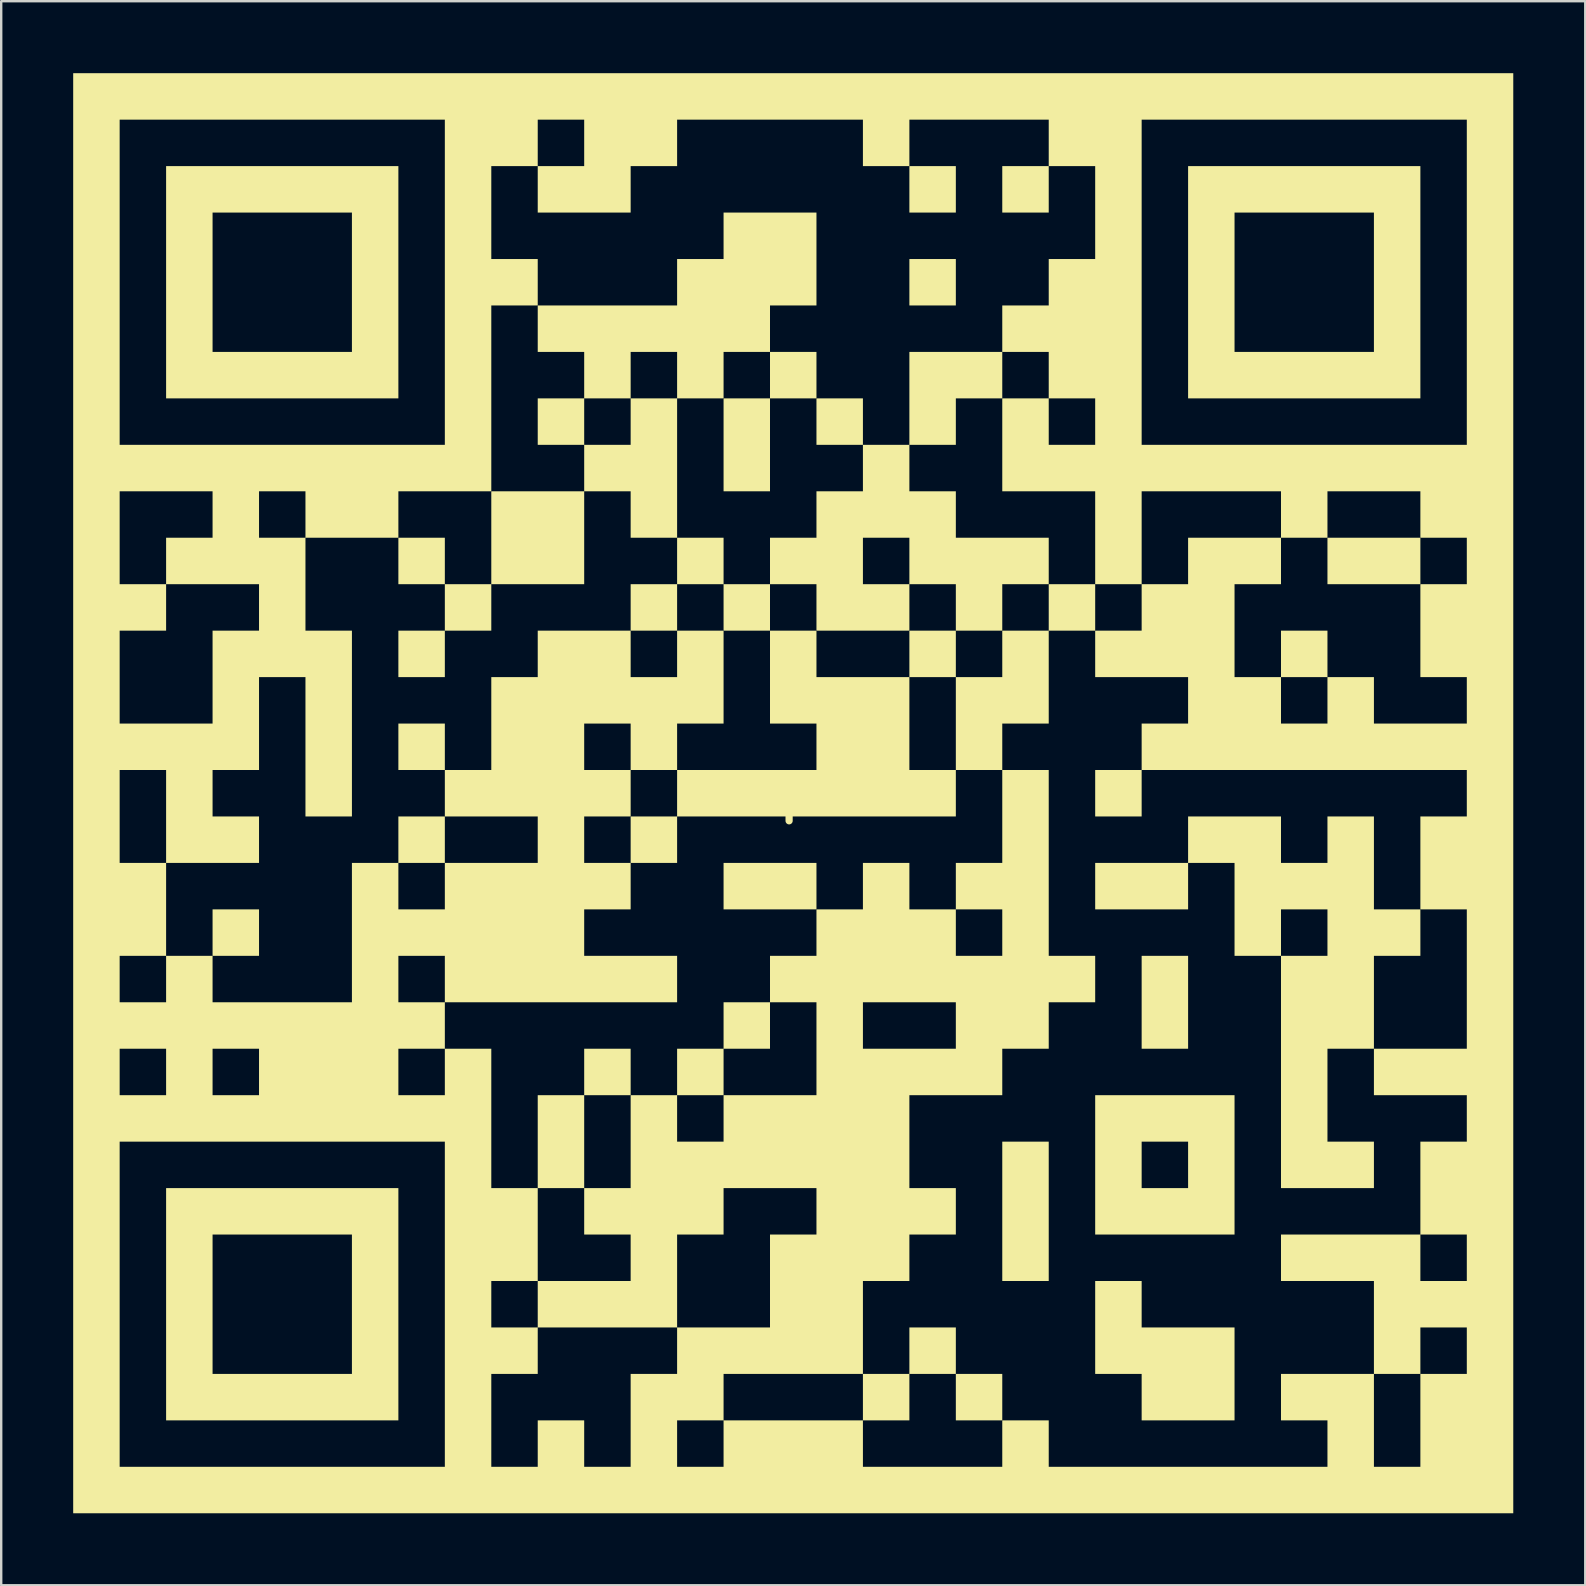
<source format=kicad_pcb>
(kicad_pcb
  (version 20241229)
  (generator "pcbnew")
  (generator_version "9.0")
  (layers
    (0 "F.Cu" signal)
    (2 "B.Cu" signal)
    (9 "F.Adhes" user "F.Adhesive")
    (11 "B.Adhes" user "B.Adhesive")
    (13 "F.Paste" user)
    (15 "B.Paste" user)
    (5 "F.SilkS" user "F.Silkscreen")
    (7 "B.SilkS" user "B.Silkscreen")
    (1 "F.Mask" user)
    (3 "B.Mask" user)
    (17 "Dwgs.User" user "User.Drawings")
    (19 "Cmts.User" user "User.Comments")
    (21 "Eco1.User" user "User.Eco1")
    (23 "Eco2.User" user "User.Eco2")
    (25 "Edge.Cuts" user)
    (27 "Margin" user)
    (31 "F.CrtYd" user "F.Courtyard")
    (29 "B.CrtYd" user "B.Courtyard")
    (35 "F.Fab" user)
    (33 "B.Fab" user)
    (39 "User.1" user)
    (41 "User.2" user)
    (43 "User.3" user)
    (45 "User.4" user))
  (footprint "qr"
    (layer "F.Cu")
    (at 29.976 29.976)
    (property "Reference" "qr" (at 0 0 0) (layer "F.SilkS") (effects (font (size 1.5 1.5) (thickness 0.3))))
    (attr board_only exclude_from_pos_files exclude_from_bom)
    (fp_poly (pts (xy -22.232 5.837) (xy -22.232 6.805) (xy -23.2 6.805) (xy -24.168 6.805) (xy -24.168 5.837) (xy -24.168 4.869) (xy -23.2 4.869) (xy -22.232 4.869)) (stroke (width 0) (type solid)) (fill yes) (layer "F.SilkS"))
    (fp_poly (pts (xy -14.489 -1.906) (xy -14.489 -0.939) (xy -15.457 -0.939) (xy -16.425 -0.939) (xy -16.425 -1.906) (xy -16.425 -2.874) (xy -15.457 -2.874) (xy -14.489 -2.874)) (stroke (width 0) (type solid)) (fill yes) (layer "F.SilkS"))
    (fp_poly (pts (xy -14.489 1.965) (xy -14.489 2.933) (xy -15.457 2.933) (xy -16.425 2.933) (xy -16.425 1.965) (xy -16.425 0.997) (xy -15.457 0.997) (xy -14.489 0.997)) (stroke (width 0) (type solid)) (fill yes) (layer "F.SilkS"))
    (fp_poly (pts (xy -0.939 -14.489) (xy -0.939 -12.553) (xy -1.906 -12.553) (xy -2.874 -12.553) (xy -2.874 -14.489) (xy -2.874 -16.425) (xy -1.906 -16.425) (xy -0.939 -16.425)) (stroke (width 0) (type solid)) (fill yes) (layer "F.SilkS"))
    (fp_poly (pts (xy 0.997 -17.393) (xy 0.997 -16.425) (xy 0.029 -16.425) (xy -0.939 -16.425) (xy -0.939 -17.393) (xy -0.939 -18.361) (xy 0.029 -18.361) (xy 0.997 -18.361)) (stroke (width 0) (type solid)) (fill yes) (layer "F.SilkS"))
    (fp_poly (pts (xy 0.997 3.901) (xy 0.997 4.869) (xy -0.939 4.869) (xy -2.874 4.869) (xy -2.874 3.901) (xy -2.874 2.933) (xy -0.939 2.933) (xy 0.997 2.933)) (stroke (width 0) (type solid)) (fill yes) (layer "F.SilkS"))
    (fp_poly (pts (xy 6.805 -25.136) (xy 6.805 -24.168) (xy 5.837 -24.168) (xy 4.869 -24.168) (xy 4.869 -25.136) (xy 4.869 -26.104) (xy 5.837 -26.104) (xy 6.805 -26.104)) (stroke (width 0) (type solid)) (fill yes) (layer "F.SilkS"))
    (fp_poly (pts (xy 6.805 -21.264) (xy 6.805 -20.297) (xy 5.837 -20.297) (xy 4.869 -20.297) (xy 4.869 -21.264) (xy 4.869 -22.232) (xy 5.837 -22.232) (xy 6.805 -22.232)) (stroke (width 0) (type solid)) (fill yes) (layer "F.SilkS"))
    (fp_poly (pts (xy 6.805 -5.778) (xy 6.805 -4.81) (xy 5.837 -4.81) (xy 4.869 -4.81) (xy 4.869 -5.778) (xy 4.869 -6.746) (xy 5.837 -6.746) (xy 6.805 -6.746)) (stroke (width 0) (type solid)) (fill yes) (layer "F.SilkS"))
    (fp_poly (pts (xy 8.74 25.195) (xy 8.74 26.163) (xy 7.773 26.163) (xy 6.805 26.163) (xy 6.805 25.195) (xy 6.805 24.227) (xy 7.773 24.227) (xy 8.74 24.227)) (stroke (width 0) (type solid)) (fill yes) (layer "F.SilkS"))
    (fp_poly (pts (xy 10.676 -25.136) (xy 10.676 -24.168) (xy 9.708 -24.168) (xy 8.74 -24.168) (xy 8.74 -25.136) (xy 8.74 -26.104) (xy 9.708 -26.104) (xy 10.676 -26.104)) (stroke (width 0) (type solid)) (fill yes) (layer "F.SilkS"))
    (fp_poly (pts (xy 10.676 17.452) (xy 10.676 20.355) (xy 9.708 20.355) (xy 8.74 20.355) (xy 8.74 17.452) (xy 8.74 14.548) (xy 9.708 14.548) (xy 10.676 14.548)) (stroke (width 0) (type solid)) (fill yes) (layer "F.SilkS"))
    (fp_poly (pts (xy 14.548 0.029) (xy 14.548 0.997) (xy 13.58 0.997) (xy 12.612 0.997) (xy 12.612 0.029) (xy 12.612 -0.939) (xy 13.58 -0.939) (xy 14.548 -0.939)) (stroke (width 0) (type solid)) (fill yes) (layer "F.SilkS"))
    (fp_poly (pts (xy 16.484 8.74) (xy 16.484 10.676) (xy 15.516 10.676) (xy 14.548 10.676) (xy 14.548 8.74) (xy 14.548 6.805) (xy 15.516 6.805) (xy 16.484 6.805)) (stroke (width 0) (type solid)) (fill yes) (layer "F.SilkS"))
    (fp_poly (pts (xy 22.291 -5.778) (xy 22.291 -4.81) (xy 21.323 -4.81) (xy 20.355 -4.81) (xy 20.355 -5.778) (xy 20.355 -6.746) (xy 21.323 -6.746) (xy 22.291 -6.746)) (stroke (width 0) (type solid)) (fill yes) (layer "F.SilkS"))
    (fp_poly (pts (xy 26.163 -9.65) (xy 26.163 -8.682) (xy 24.227 -8.682) (xy 22.291 -8.682) (xy 22.291 -9.65) (xy 22.291 -10.618) (xy 24.227 -10.618) (xy 26.163 -10.618)) (stroke (width 0) (type solid)) (fill yes) (layer "F.SilkS"))
    (fp_poly (pts (xy -6.746 11.644) (xy -6.746 12.612) (xy -7.714 12.612) (xy -8.682 12.612) (xy -8.682 14.548) (xy -8.682 16.484) (xy -9.65 16.484) (xy -10.618 16.484) (xy -10.618 14.548) (xy -10.618 12.612) (xy -9.65 12.612) (xy -8.682 12.612) (xy -8.682 11.644) (xy -8.682 10.676) (xy -7.714 10.676) (xy -6.746 10.676)) (stroke (width 0) (type solid)) (fill yes) (layer "F.SilkS"))
    (fp_poly (pts (xy -0.939 9.708) (xy -0.939 10.676) (xy -1.906 10.676) (xy -2.874 10.676) (xy -2.874 11.644) (xy -2.874 12.612) (xy -3.842 12.612) (xy -4.81 12.612) (xy -4.81 11.644) (xy -4.81 10.676) (xy -3.842 10.676) (xy -2.874 10.676) (xy -2.874 9.708) (xy -2.874 8.74) (xy -1.906 8.74) (xy -0.939 8.74)) (stroke (width 0) (type solid)) (fill yes) (layer "F.SilkS"))
    (fp_poly (pts (xy 6.805 23.259) (xy 6.805 24.227) (xy 5.837 24.227) (xy 4.869 24.227) (xy 4.869 25.195) (xy 4.869 26.163) (xy 3.901 26.163) (xy 2.933 26.163) (xy 2.933 25.195) (xy 2.933 24.227) (xy 3.901 24.227) (xy 4.869 24.227) (xy 4.869 23.259) (xy 4.869 22.291) (xy 5.837 22.291) (xy 6.805 22.291)) (stroke (width 0) (type solid)) (fill yes) (layer "F.SilkS"))
    (fp_poly (pts (xy 14.548 21.323) (xy 14.548 22.291) (xy 16.484 22.291) (xy 18.419 22.291) (xy 18.419 24.227) (xy 18.419 26.163) (xy 16.484 26.163) (xy 14.548 26.163) (xy 14.548 25.195) (xy 14.548 24.227) (xy 13.58 24.227) (xy 12.612 24.227) (xy 12.612 22.291) (xy 12.612 20.355) (xy 13.58 20.355) (xy 14.548 20.355)) (stroke (width 0) (type solid)) (fill yes) (layer "F.SilkS"))
    (fp_poly (pts (xy -16.425 -21.264) (xy -16.425 -16.425) (xy -21.264 -16.425) (xy -26.104 -16.425) (xy -26.104 -21.264) (xy -26.104 -24.168) (xy -24.168 -24.168) (xy -24.168 -21.264) (xy -24.168 -18.361) (xy -21.264 -18.361) (xy -18.361 -18.361) (xy -18.361 -21.264) (xy -18.361 -24.168) (xy -21.264 -24.168) (xy -24.168 -24.168) (xy -26.104 -24.168) (xy -26.104 -26.104) (xy -21.264 -26.104) (xy -16.425 -26.104)) (stroke (width 0) (type solid)) (fill yes) (layer "F.SilkS"))
    (fp_poly (pts (xy -16.425 21.323) (xy -16.425 26.163) (xy -21.264 26.163) (xy -26.104 26.163) (xy -26.104 21.323) (xy -26.104 18.419) (xy -24.168 18.419) (xy -24.168 21.323) (xy -24.168 24.227) (xy -21.264 24.227) (xy -18.361 24.227) (xy -18.361 21.323) (xy -18.361 18.419) (xy -21.264 18.419) (xy -24.168 18.419) (xy -26.104 18.419) (xy -26.104 16.484) (xy -21.264 16.484) (xy -16.425 16.484)) (stroke (width 0) (type solid)) (fill yes) (layer "F.SilkS"))
    (fp_poly (pts (xy 18.419 15.516) (xy 18.419 18.419) (xy 15.516 18.419) (xy 12.612 18.419) (xy 12.612 15.516) (xy 12.612 14.548) (xy 14.548 14.548) (xy 14.548 15.516) (xy 14.548 16.484) (xy 15.516 16.484) (xy 16.484 16.484) (xy 16.484 15.516) (xy 16.484 14.548) (xy 15.516 14.548) (xy 14.548 14.548) (xy 12.612 14.548) (xy 12.612 12.612) (xy 15.516 12.612) (xy 18.419 12.612)) (stroke (width 0) (type solid)) (fill yes) (layer "F.SilkS"))
    (fp_poly (pts (xy 26.163 -21.264) (xy 26.163 -16.425) (xy 21.323 -16.425) (xy 16.484 -16.425) (xy 16.484 -21.264) (xy 16.484 -24.168) (xy 18.419 -24.168) (xy 18.419 -21.264) (xy 18.419 -18.361) (xy 21.323 -18.361) (xy 24.227 -18.361) (xy 24.227 -21.264) (xy 24.227 -24.168) (xy 21.323 -24.168) (xy 18.419 -24.168) (xy 16.484 -24.168) (xy 16.484 -26.104) (xy 21.323 -26.104) (xy 26.163 -26.104)) (stroke (width 0) (type solid)) (fill yes) (layer "F.SilkS"))
    (fp_poly (pts (xy 12.612 -7.714) (xy 12.612 -6.746) (xy 11.644 -6.746) (xy 10.676 -6.746) (xy 10.676 -4.81) (xy 10.676 -2.874) (xy 9.708 -2.874) (xy 8.74 -2.874) (xy 8.74 -1.906) (xy 8.74 -0.939) (xy 7.773 -0.939) (xy 6.805 -0.939) (xy 6.805 0.029) (xy 6.805 0.997) (xy 0.997 0.997) (xy -4.81 0.997) (xy -4.81 1.965) (xy -4.81 2.933) (xy -5.778 2.933) (xy -6.746 2.933) (xy -6.746 1.965) (xy -6.746 0.997) (xy -5.778 0.997) (xy -4.81 0.997) (xy -4.81 0.029) (xy -4.81 -0.939) (xy -1.906 -0.939) (xy 0.997 -0.939) (xy 0.997 -1.906) (xy 0.997 -2.874) (xy 0.029 -2.874) (xy -0.939 -2.874) (xy -0.939 -4.81) (xy -0.939 -6.746) (xy 0.029 -6.746) (xy 0.997 -6.746) (xy 0.997 -5.778) (xy 0.997 -4.81) (xy 2.933 -4.81) (xy 4.869 -4.81) (xy 4.869 -2.874) (xy 4.869 -0.939) (xy 5.837 -0.939) (xy 6.805 -0.939) (xy 6.805 -2.874) (xy 6.805 -4.81) (xy 7.773 -4.81) (xy 8.74 -4.81) (xy 8.74 -5.778) (xy 8.74 -6.746) (xy 9.708 -6.746) (xy 10.676 -6.746) (xy 10.676 -7.714) (xy 10.676 -8.682) (xy 11.644 -8.682) (xy 12.612 -8.682)) (stroke (width 0) (type solid)) (fill yes) (layer "F.SilkS"))
    (fp_poly (pts (xy 20.355 1.965) (xy 20.355 2.933) (xy 21.323 2.933) (xy 22.291 2.933) (xy 22.291 1.965) (xy 22.291 0.997) (xy 23.259 0.997) (xy 24.227 0.997) (xy 24.227 2.933) (xy 24.227 4.869) (xy 25.195 4.869) (xy 26.163 4.869) (xy 26.163 5.837) (xy 26.163 6.805) (xy 25.195 6.805) (xy 24.227 6.805) (xy 24.227 8.74) (xy 24.227 10.676) (xy 23.259 10.676) (xy 22.291 10.676) (xy 22.291 12.612) (xy 22.291 14.548) (xy 23.259 14.548) (xy 24.227 14.548) (xy 24.227 15.516) (xy 24.227 16.484) (xy 22.291 16.484) (xy 20.355 16.484) (xy 20.355 11.644) (xy 20.355 6.805) (xy 19.387 6.805) (xy 18.419 6.805) (xy 18.419 4.869) (xy 20.355 4.869) (xy 20.355 5.837) (xy 20.355 6.805) (xy 21.323 6.805) (xy 22.291 6.805) (xy 22.291 5.837) (xy 22.291 4.869) (xy 21.323 4.869) (xy 20.355 4.869) (xy 18.419 4.869) (xy 18.419 2.933) (xy 17.452 2.933) (xy 16.484 2.933) (xy 16.484 3.901) (xy 16.484 4.869) (xy 14.548 4.869) (xy 12.612 4.869) (xy 12.612 3.901) (xy 12.612 2.933) (xy 14.548 2.933) (xy 16.484 2.933) (xy 16.484 1.965) (xy 16.484 0.997) (xy 18.419 0.997) (xy 20.355 0.997)) (stroke (width 0) (type solid)) (fill yes) (layer "F.SilkS"))
    (fp_poly (pts (xy 0.997 -22.232) (xy 0.997 -20.297) (xy 0.029 -20.297) (xy -0.939 -20.297) (xy -0.939 -19.329) (xy -0.939 -18.361) (xy -1.906 -18.361) (xy -2.874 -18.361) (xy -2.874 -17.393) (xy -2.874 -16.425) (xy -3.842 -16.425) (xy -4.81 -16.425) (xy -4.81 -17.393) (xy -4.81 -18.361) (xy -5.778 -18.361) (xy -6.746 -18.361) (xy -6.746 -17.393) (xy -6.746 -16.425) (xy -7.714 -16.425) (xy -8.682 -16.425) (xy -8.682 -15.457) (xy -8.682 -14.489) (xy -7.714 -14.489) (xy -6.746 -14.489) (xy -6.746 -15.457) (xy -6.746 -16.425) (xy -5.778 -16.425) (xy -4.81 -16.425) (xy -4.81 -13.521) (xy -4.81 -10.618) (xy -5.778 -10.618) (xy -6.746 -10.618) (xy -6.746 -11.585) (xy -6.746 -12.553) (xy -7.714 -12.553) (xy -8.682 -12.553) (xy -8.682 -10.618) (xy -8.682 -8.682) (xy -10.618 -8.682) (xy -12.553 -8.682) (xy -12.553 -7.714) (xy -12.553 -6.746) (xy -13.521 -6.746) (xy -14.489 -6.746) (xy -14.489 -5.778) (xy -14.489 -4.81) (xy -15.457 -4.81) (xy -16.425 -4.81) (xy -16.425 -5.778) (xy -16.425 -6.746) (xy -15.457 -6.746) (xy -14.489 -6.746) (xy -14.489 -7.714) (xy -14.489 -8.682) (xy -15.457 -8.682) (xy -16.425 -8.682) (xy -16.425 -9.65) (xy -16.425 -10.618) (xy -15.457 -10.618) (xy -14.489 -10.618) (xy -14.489 -9.65) (xy -14.489 -8.682) (xy -13.521 -8.682) (xy -12.553 -8.682) (xy -12.553 -10.618) (xy -12.553 -12.553) (xy -10.618 -12.553) (xy -8.682 -12.553) (xy -8.682 -13.521) (xy -8.682 -14.489) (xy -9.65 -14.489) (xy -10.618 -14.489) (xy -10.618 -15.457) (xy -10.618 -16.425) (xy -9.65 -16.425) (xy -8.682 -16.425) (xy -8.682 -17.393) (xy -8.682 -18.361) (xy -9.65 -18.361) (xy -10.618 -18.361) (xy -10.618 -19.329) (xy -10.618 -20.297) (xy -7.714 -20.297) (xy -4.81 -20.297) (xy -4.81 -21.264) (xy -4.81 -22.232) (xy -3.842 -22.232) (xy -2.874 -22.232) (xy -2.874 -23.2) (xy -2.874 -24.168) (xy -0.939 -24.168) (xy 0.997 -24.168)) (stroke (width 0) (type solid)) (fill yes) (layer "F.SilkS"))
    (fp_poly (pts (xy 8.74 -17.393) (xy 8.74 -16.425) (xy 7.773 -16.425) (xy 6.805 -16.425) (xy 6.805 -15.457) (xy 6.805 -14.489) (xy 5.837 -14.489) (xy 4.869 -14.489) (xy 4.869 -13.521) (xy 4.869 -12.553) (xy 5.837 -12.553) (xy 6.805 -12.553) (xy 6.805 -11.585) (xy 6.805 -10.618) (xy 8.74 -10.618) (xy 10.676 -10.618) (xy 10.676 -9.65) (xy 10.676 -8.682) (xy 9.708 -8.682) (xy 8.74 -8.682) (xy 8.74 -7.714) (xy 8.74 -6.746) (xy 7.773 -6.746) (xy 6.805 -6.746) (xy 6.805 -7.714) (xy 6.805 -8.682) (xy 5.837 -8.682) (xy 4.869 -8.682) (xy 4.869 -7.714) (xy 4.869 -6.746) (xy 2.933 -6.746) (xy 0.997 -6.746) (xy 0.997 -7.714) (xy 0.997 -8.682) (xy 0.029 -8.682) (xy -0.939 -8.682) (xy -0.939 -7.714) (xy -0.939 -6.746) (xy -1.906 -6.746) (xy -2.874 -6.746) (xy -2.874 -7.714) (xy -2.874 -8.682) (xy -3.842 -8.682) (xy -4.81 -8.682) (xy -4.81 -7.714) (xy -4.81 -6.746) (xy -5.778 -6.746) (xy -6.746 -6.746) (xy -6.746 -7.714) (xy -6.746 -8.682) (xy -5.778 -8.682) (xy -4.81 -8.682) (xy -4.81 -9.65) (xy -4.81 -10.618) (xy -3.842 -10.618) (xy -2.874 -10.618) (xy -2.874 -9.65) (xy -2.874 -8.682) (xy -1.906 -8.682) (xy -0.939 -8.682) (xy -0.939 -9.65) (xy -0.939 -10.618) (xy 0.029 -10.618) (xy 0.997 -10.618) (xy 2.933 -10.618) (xy 2.933 -9.65) (xy 2.933 -8.682) (xy 3.901 -8.682) (xy 4.869 -8.682) (xy 4.869 -9.65) (xy 4.869 -10.618) (xy 3.901 -10.618) (xy 2.933 -10.618) (xy 0.997 -10.618) (xy 0.997 -11.585) (xy 0.997 -12.553) (xy 1.965 -12.553) (xy 2.933 -12.553) (xy 2.933 -13.521) (xy 2.933 -14.489) (xy 1.965 -14.489) (xy 0.997 -14.489) (xy 0.997 -15.457) (xy 0.997 -16.425) (xy 1.965 -16.425) (xy 2.933 -16.425) (xy 2.933 -15.457) (xy 2.933 -14.489) (xy 3.901 -14.489) (xy 4.869 -14.489) (xy 4.869 -16.425) (xy 4.869 -18.361) (xy 6.805 -18.361) (xy 8.74 -18.361)) (stroke (width 0) (type solid)) (fill yes) (layer "F.SilkS"))
    (fp_poly (pts (xy 30.034 0.029) (xy 30.034 30.034) (xy 0.029 30.034) (xy -29.976 30.034) (xy -29.976 14.548) (xy -28.04 14.548) (xy -28.04 21.323) (xy -28.04 28.098) (xy -21.264 28.098) (xy -14.489 28.098) (xy -14.489 21.323) (xy -14.489 14.548) (xy -21.264 14.548) (xy -28.04 14.548) (xy -29.976 14.548) (xy -29.976 10.676) (xy -28.04 10.676) (xy -28.04 11.644) (xy -28.04 12.612) (xy -27.072 12.612) (xy -26.104 12.612) (xy -26.104 11.644) (xy -26.104 10.676) (xy -24.168 10.676) (xy -24.168 11.644) (xy -24.168 12.612) (xy -23.2 12.612) (xy -22.232 12.612) (xy -22.232 11.644) (xy -22.232 10.676) (xy -23.2 10.676) (xy -24.168 10.676) (xy -26.104 10.676) (xy -27.072 10.676) (xy -28.04 10.676) (xy -29.976 10.676) (xy -29.976 8.74) (xy -28.04 8.74) (xy -27.072 8.74) (xy -26.104 8.74) (xy -26.104 7.773) (xy -26.104 6.805) (xy -25.136 6.805) (xy -24.168 6.805) (xy -24.168 7.773) (xy -24.168 8.74) (xy -21.264 8.74) (xy -18.361 8.74) (xy -18.361 5.837) (xy -18.361 2.933) (xy -17.393 2.933) (xy -16.425 2.933) (xy -16.425 3.901) (xy -16.425 4.869) (xy -15.457 4.869) (xy -14.489 4.869) (xy -14.489 3.901) (xy -14.489 2.933) (xy -12.553 2.933) (xy -10.618 2.933) (xy -10.618 1.965) (xy -10.618 0.997) (xy -12.553 0.997) (xy -14.489 0.997) (xy -14.489 0.029) (xy -14.489 -0.939) (xy -13.521 -0.939) (xy -12.553 -0.939) (xy -12.553 -2.874) (xy -12.553 -4.81) (xy -11.585 -4.81) (xy -10.618 -4.81) (xy -10.618 -5.778) (xy -10.618 -6.746) (xy -8.682 -6.746) (xy -6.746 -6.746) (xy -6.746 -5.778) (xy -6.746 -4.81) (xy -5.778 -4.81) (xy -4.81 -4.81) (xy -4.81 -5.778) (xy -4.81 -6.746) (xy -3.842 -6.746) (xy -2.874 -6.746) (xy -2.874 -4.81) (xy -2.874 -2.874) (xy -3.842 -2.874) (xy -4.81 -2.874) (xy -4.81 -1.906) (xy -4.81 -0.939) (xy -5.778 -0.939) (xy -6.746 -0.939) (xy -6.746 -1.906) (xy -6.746 -2.874) (xy -7.714 -2.874) (xy -8.682 -2.874) (xy -8.682 -1.906) (xy -8.682 -0.939) (xy -7.714 -0.939) (xy -6.746 -0.939) (xy -6.746 0.029) (xy -6.746 0.997) (xy -7.714 0.997) (xy -8.682 0.997) (xy -8.682 1.965) (xy -8.682 2.933) (xy -7.714 2.933) (xy -6.746 2.933) (xy -6.746 3.901) (xy -6.746 4.869) (xy -7.714 4.869) (xy -8.682 4.869) (xy -8.682 5.837) (xy -8.682 6.805) (xy -6.746 6.805) (xy -4.81 6.805) (xy -4.81 7.773) (xy -4.81 8.74) (xy -9.65 8.74) (xy -14.489 8.74) (xy -14.489 7.773) (xy -14.489 6.805) (xy -15.457 6.805) (xy -16.425 6.805) (xy -16.425 7.773) (xy -16.425 8.74) (xy -15.457 8.74) (xy -14.489 8.74) (xy -14.489 9.708) (xy -14.489 10.676) (xy -15.457 10.676) (xy -16.425 10.676) (xy -16.425 11.644) (xy -16.425 12.612) (xy -15.457 12.612) (xy -14.489 12.612) (xy -14.489 11.644) (xy -14.489 10.676) (xy -13.521 10.676) (xy -12.553 10.676) (xy -12.553 13.58) (xy -12.553 16.484) (xy -11.585 16.484) (xy -10.618 16.484) (xy -10.618 18.419) (xy -10.618 20.355) (xy -11.585 20.355) (xy -12.553 20.355) (xy -12.553 21.323) (xy -12.553 22.291) (xy -11.585 22.291) (xy -10.618 22.291) (xy -10.618 23.259) (xy -10.618 24.227) (xy -11.585 24.227) (xy -12.553 24.227) (xy -12.553 26.163) (xy -12.553 28.098) (xy -11.585 28.098) (xy -10.618 28.098) (xy -10.618 27.13) (xy -10.618 26.163) (xy -9.65 26.163) (xy -8.682 26.163) (xy -8.682 27.13) (xy -8.682 28.098) (xy -7.714 28.098) (xy -6.746 28.098) (xy -6.746 26.163) (xy -6.746 24.227) (xy -5.778 24.227) (xy -4.81 24.227) (xy -4.81 23.259) (xy -4.81 22.291) (xy -2.874 22.291) (xy -0.939 22.291) (xy -0.939 20.355) (xy -0.939 18.419) (xy 0.029 18.419) (xy 0.997 18.419) (xy 0.997 17.452) (xy 0.997 16.484) (xy -0.939 16.484) (xy -2.874 16.484) (xy -2.874 17.452) (xy -2.874 18.419) (xy -3.842 18.419) (xy -4.81 18.419) (xy -4.81 20.355) (xy -4.81 22.291) (xy -7.714 22.291) (xy -10.618 22.291) (xy -10.618 21.323) (xy -10.618 20.355) (xy -8.682 20.355) (xy -6.746 20.355) (xy -6.746 19.387) (xy -6.746 18.419) (xy -7.714 18.419) (xy -8.682 18.419) (xy -8.682 17.452) (xy -8.682 16.484) (xy -7.714 16.484) (xy -6.746 16.484) (xy -6.746 14.548) (xy -6.746 12.612) (xy -5.778 12.612) (xy -4.81 12.612) (xy -4.81 13.58) (xy -4.81 14.548) (xy -3.842 14.548) (xy -2.874 14.548) (xy -2.874 13.58) (xy -2.874 12.612) (xy -0.939 12.612) (xy 0.997 12.612) (xy 0.997 10.676) (xy 0.997 8.74) (xy 2.933 8.74) (xy 2.933 9.708) (xy 2.933 10.676) (xy 4.869 10.676) (xy 6.805 10.676) (xy 6.805 9.708) (xy 6.805 8.74) (xy 4.869 8.74) (xy 2.933 8.74) (xy 0.997 8.74) (xy 0.029 8.74) (xy -0.939 8.74) (xy -0.939 7.773) (xy -0.939 6.805) (xy 0.029 6.805) (xy 0.997 6.805) (xy 0.997 5.837) (xy 0.997 4.869) (xy 1.965 4.869) (xy 2.933 4.869) (xy 2.933 3.901) (xy 2.933 2.933) (xy 3.901 2.933) (xy 4.869 2.933) (xy 4.869 3.901) (xy 4.869 4.869) (xy 5.837 4.869) (xy 6.805 4.869) (xy 6.805 5.837) (xy 6.805 6.805) (xy 7.773 6.805) (xy 8.74 6.805) (xy 8.74 5.837) (xy 8.74 4.869) (xy 7.773 4.869) (xy 6.805 4.869) (xy 6.805 3.901) (xy 6.805 2.933) (xy 7.773 2.933) (xy 8.74 2.933) (xy 8.74 0.997) (xy 8.74 -0.939) (xy 9.708 -0.939) (xy 10.676 -0.939) (xy 10.676 2.933) (xy 10.676 6.805) (xy 11.644 6.805) (xy 12.612 6.805) (xy 12.612 7.773) (xy 12.612 8.74) (xy 11.644 8.74) (xy 10.676 8.74) (xy 10.676 9.708) (xy 10.676 10.676) (xy 9.708 10.676) (xy 8.74 10.676) (xy 8.74 11.644) (xy 8.74 12.612) (xy 6.805 12.612) (xy 4.869 12.612) (xy 4.869 14.548) (xy 4.869 16.484) (xy 5.837 16.484) (xy 6.805 16.484) (xy 6.805 17.452) (xy 6.805 18.419) (xy 5.837 18.419) (xy 4.869 18.419) (xy 4.869 19.387) (xy 4.869 20.355) (xy 3.901 20.355) (xy 2.933 20.355) (xy 2.933 22.291) (xy 2.933 24.227) (xy 0.029 24.227) (xy -2.874 24.227) (xy -2.874 25.195) (xy -2.874 26.163) (xy -3.842 26.163) (xy -4.81 26.163) (xy -4.81 27.13) (xy -4.81 28.098) (xy -3.842 28.098) (xy -2.874 28.098) (xy -2.874 27.13) (xy -2.874 26.163) (xy 0.029 26.163) (xy 2.933 26.163) (xy 2.933 27.13) (xy 2.933 28.098) (xy 5.837 28.098) (xy 8.74 28.098) (xy 8.74 27.13) (xy 8.74 26.163) (xy 9.708 26.163) (xy 10.676 26.163) (xy 10.676 27.13) (xy 10.676 28.098) (xy 16.484 28.098) (xy 22.291 28.098) (xy 22.291 27.13) (xy 22.291 26.163) (xy 21.323 26.163) (xy 20.355 26.163) (xy 20.355 25.195) (xy 20.355 24.227) (xy 22.291 24.227) (xy 24.227 24.227) (xy 24.227 26.163) (xy 24.227 28.098) (xy 25.195 28.098) (xy 26.163 28.098) (xy 26.163 26.163) (xy 26.163 24.227) (xy 27.13 24.227) (xy 28.098 24.227) (xy 28.098 23.259) (xy 28.098 22.291) (xy 27.13 22.291) (xy 26.163 22.291) (xy 26.163 23.259) (xy 26.163 24.227) (xy 25.195 24.227) (xy 24.227 24.227) (xy 24.227 22.291) (xy 24.227 20.355) (xy 22.291 20.355) (xy 20.355 20.355) (xy 20.355 19.387) (xy 20.355 18.419) (xy 23.259 18.419) (xy 26.163 18.419) (xy 26.163 19.387) (xy 26.163 20.355) (xy 27.13 20.355) (xy 28.098 20.355) (xy 28.098 19.387) (xy 28.098 18.419) (xy 27.13 18.419) (xy 26.163 18.419) (xy 26.163 16.484) (xy 26.163 14.548) (xy 27.13 14.548) (xy 28.098 14.548) (xy 28.098 13.58) (xy 28.098 12.612) (xy 26.163 12.612) (xy 24.227 12.612) (xy 24.227 11.644) (xy 24.227 10.676) (xy 26.163 10.676) (xy 28.098 10.676) (xy 28.098 7.773) (xy 28.098 4.869) (xy 27.13 4.869) (xy 26.163 4.869) (xy 26.163 2.933) (xy 26.163 0.997) (xy 27.13 0.997) (xy 28.098 0.997) (xy 28.098 0.029) (xy 28.098 -0.939) (xy 21.323 -0.939) (xy 14.548 -0.939) (xy 14.548 -1.906) (xy 14.548 -2.874) (xy 15.516 -2.874) (xy 16.484 -2.874) (xy 16.484 -3.842) (xy 16.484 -4.81) (xy 14.548 -4.81) (xy 12.612 -4.81) (xy 12.612 -5.778) (xy 12.612 -6.746) (xy 13.58 -6.746) (xy 14.548 -6.746) (xy 14.548 -7.714) (xy 14.548 -8.682) (xy 15.516 -8.682) (xy 16.484 -8.682) (xy 16.484 -9.65) (xy 16.484 -10.618) (xy 18.419 -10.618) (xy 20.355 -10.618) (xy 20.355 -9.65) (xy 20.355 -8.682) (xy 19.387 -8.682) (xy 18.419 -8.682) (xy 18.419 -6.746) (xy 18.419 -4.81) (xy 19.387 -4.81) (xy 20.355 -4.81) (xy 20.355 -3.842) (xy 20.355 -2.874) (xy 21.323 -2.874) (xy 22.291 -2.874) (xy 22.291 -3.842) (xy 22.291 -4.81) (xy 23.259 -4.81) (xy 24.227 -4.81) (xy 24.227 -3.842) (xy 24.227 -2.874) (xy 26.163 -2.874) (xy 28.098 -2.874) (xy 28.098 -3.842) (xy 28.098 -4.81) (xy 27.13 -4.81) (xy 26.163 -4.81) (xy 26.163 -6.746) (xy 26.163 -8.682) (xy 27.13 -8.682) (xy 28.098 -8.682) (xy 28.098 -9.65) (xy 28.098 -10.618) (xy 27.13 -10.618) (xy 26.163 -10.618) (xy 26.163 -11.585) (xy 26.163 -12.553) (xy 24.227 -12.553) (xy 22.291 -12.553) (xy 22.291 -11.585) (xy 22.291 -10.618) (xy 21.323 -10.618) (xy 20.355 -10.618) (xy 20.355 -11.585) (xy 20.355 -12.553) (xy 17.452 -12.553) (xy 14.548 -12.553) (xy 14.548 -10.618) (xy 14.548 -8.682) (xy 13.58 -8.682) (xy 12.612 -8.682) (xy 12.612 -10.618) (xy 12.612 -12.553) (xy 10.676 -12.553) (xy 8.74 -12.553) (xy 8.74 -14.489) (xy 8.74 -16.425) (xy 9.708 -16.425) (xy 10.676 -16.425) (xy 10.676 -15.457) (xy 10.676 -14.489) (xy 11.644 -14.489) (xy 12.612 -14.489) (xy 12.612 -15.457) (xy 12.612 -16.425) (xy 11.644 -16.425) (xy 10.676 -16.425) (xy 10.676 -17.393) (xy 10.676 -18.361) (xy 9.708 -18.361) (xy 8.74 -18.361) (xy 8.74 -19.329) (xy 8.74 -20.297) (xy 9.708 -20.297) (xy 10.676 -20.297) (xy 10.676 -21.264) (xy 10.676 -22.232) (xy 11.644 -22.232) (xy 12.612 -22.232) (xy 12.612 -24.168) (xy 12.612 -26.104) (xy 11.644 -26.104) (xy 10.676 -26.104) (xy 10.676 -27.072) (xy 10.676 -28.04) (xy 14.548 -28.04) (xy 14.548 -21.264) (xy 14.548 -14.489) (xy 21.323 -14.489) (xy 28.098 -14.489) (xy 28.098 -21.264) (xy 28.098 -28.04) (xy 21.323 -28.04) (xy 14.548 -28.04) (xy 10.676 -28.04) (xy 7.773 -28.04) (xy 4.869 -28.04) (xy 4.869 -27.072) (xy 4.869 -26.104) (xy 3.901 -26.104) (xy 2.933 -26.104) (xy 2.933 -27.072) (xy 2.933 -28.04) (xy -0.939 -28.04) (xy -4.81 -28.04) (xy -4.81 -27.072) (xy -4.81 -26.104) (xy -5.778 -26.104) (xy -6.746 -26.104) (xy -6.746 -25.136) (xy -6.746 -24.168) (xy -8.682 -24.168) (xy -10.618 -24.168) (xy -10.618 -25.136) (xy -10.618 -26.104) (xy -9.65 -26.104) (xy -8.682 -26.104) (xy -8.682 -27.072) (xy -8.682 -28.04) (xy -9.65 -28.04) (xy -10.618 -28.04) (xy -10.618 -27.072) (xy -10.618 -26.104) (xy -11.585 -26.104) (xy -12.553 -26.104) (xy -12.553 -24.168) (xy -12.553 -22.232) (xy -11.585 -22.232) (xy -10.618 -22.232) (xy -10.618 -21.264) (xy -10.618 -20.297) (xy -11.585 -20.297) (xy -12.553 -20.297) (xy -12.553 -16.425) (xy -12.553 -12.553) (xy -14.489 -12.553) (xy -16.425 -12.553) (xy -16.425 -11.585) (xy -16.425 -10.618) (xy -18.361 -10.618) (xy -20.297 -10.618) (xy -20.297 -11.585) (xy -20.297 -12.553) (xy -21.264 -12.553) (xy -22.232 -12.553) (xy -22.232 -11.585) (xy -22.232 -10.618) (xy -21.264 -10.618) (xy -20.297 -10.618) (xy -20.297 -8.682) (xy -20.297 -6.746) (xy -19.329 -6.746) (xy -18.361 -6.746) (xy -18.361 -2.874) (xy -18.361 0.997) (xy -19.329 0.997) (xy -20.297 0.997) (xy -20.297 -1.906) (xy -20.297 -4.81) (xy -21.264 -4.81) (xy -22.232 -4.81) (xy -22.232 -2.874) (xy -22.232 -0.939) (xy -23.2 -0.939) (xy -24.168 -0.939) (xy -24.168 0.029) (xy -24.168 0.997) (xy -23.2 0.997) (xy -22.232 0.997) (xy -22.232 1.965) (xy -22.232 2.933) (xy -24.168 2.933) (xy -26.104 2.933) (xy -26.104 0.997) (xy -26.104 -0.939) (xy -27.072 -0.939) (xy -28.04 -0.939) (xy -28.04 0.997) (xy -28.04 2.933) (xy -27.072 2.933) (xy -26.104 2.933) (xy -26.104 4.869) (xy -26.104 6.805) (xy -27.072 6.805) (xy -28.04 6.805) (xy -28.04 7.773) (xy -28.04 8.74) (xy -29.976 8.74) (xy -29.976 0.029) (xy -29.976 -2.874) (xy -28.04 -2.874) (xy -26.104 -2.874) (xy -24.168 -2.874) (xy -24.168 -4.81) (xy -24.168 -6.746) (xy -23.2 -6.746) (xy -22.232 -6.746) (xy -22.232 -7.714) (xy -22.232 -8.682) (xy -24.168 -8.682) (xy -26.104 -8.682) (xy -26.104 -7.714) (xy -26.104 -6.746) (xy -27.072 -6.746) (xy -28.04 -6.746) (xy -28.04 -4.81) (xy -28.04 -2.874) (xy -29.976 -2.874) (xy -29.976 -12.553) (xy -28.04 -12.553) (xy -28.04 -10.618) (xy -28.04 -8.682) (xy -27.072 -8.682) (xy -26.104 -8.682) (xy -26.104 -9.65) (xy -26.104 -10.618) (xy -25.136 -10.618) (xy -24.168 -10.618) (xy -24.168 -11.585) (xy -24.168 -12.553) (xy -26.104 -12.553) (xy -28.04 -12.553) (xy -29.976 -12.553) (xy -29.976 -28.04) (xy -28.04 -28.04) (xy -28.04 -21.264) (xy -28.04 -14.489) (xy -21.264 -14.489) (xy -14.489 -14.489) (xy -14.489 -21.264) (xy -14.489 -28.04) (xy -21.264 -28.04) (xy -28.04 -28.04) (xy -29.976 -28.04) (xy -29.976 -29.976) (xy 0.029 -29.976) (xy 30.034 -29.976)) (stroke (width 0) (type solid)) (fill yes) (layer "F.SilkS")))
  (gr_rect
    (start -3 -3)
    (end 63.01 63.01)
    (stroke (width 0.1) (type default))
    (fill no)
    (layer "Edge.Cuts")))
</source>
